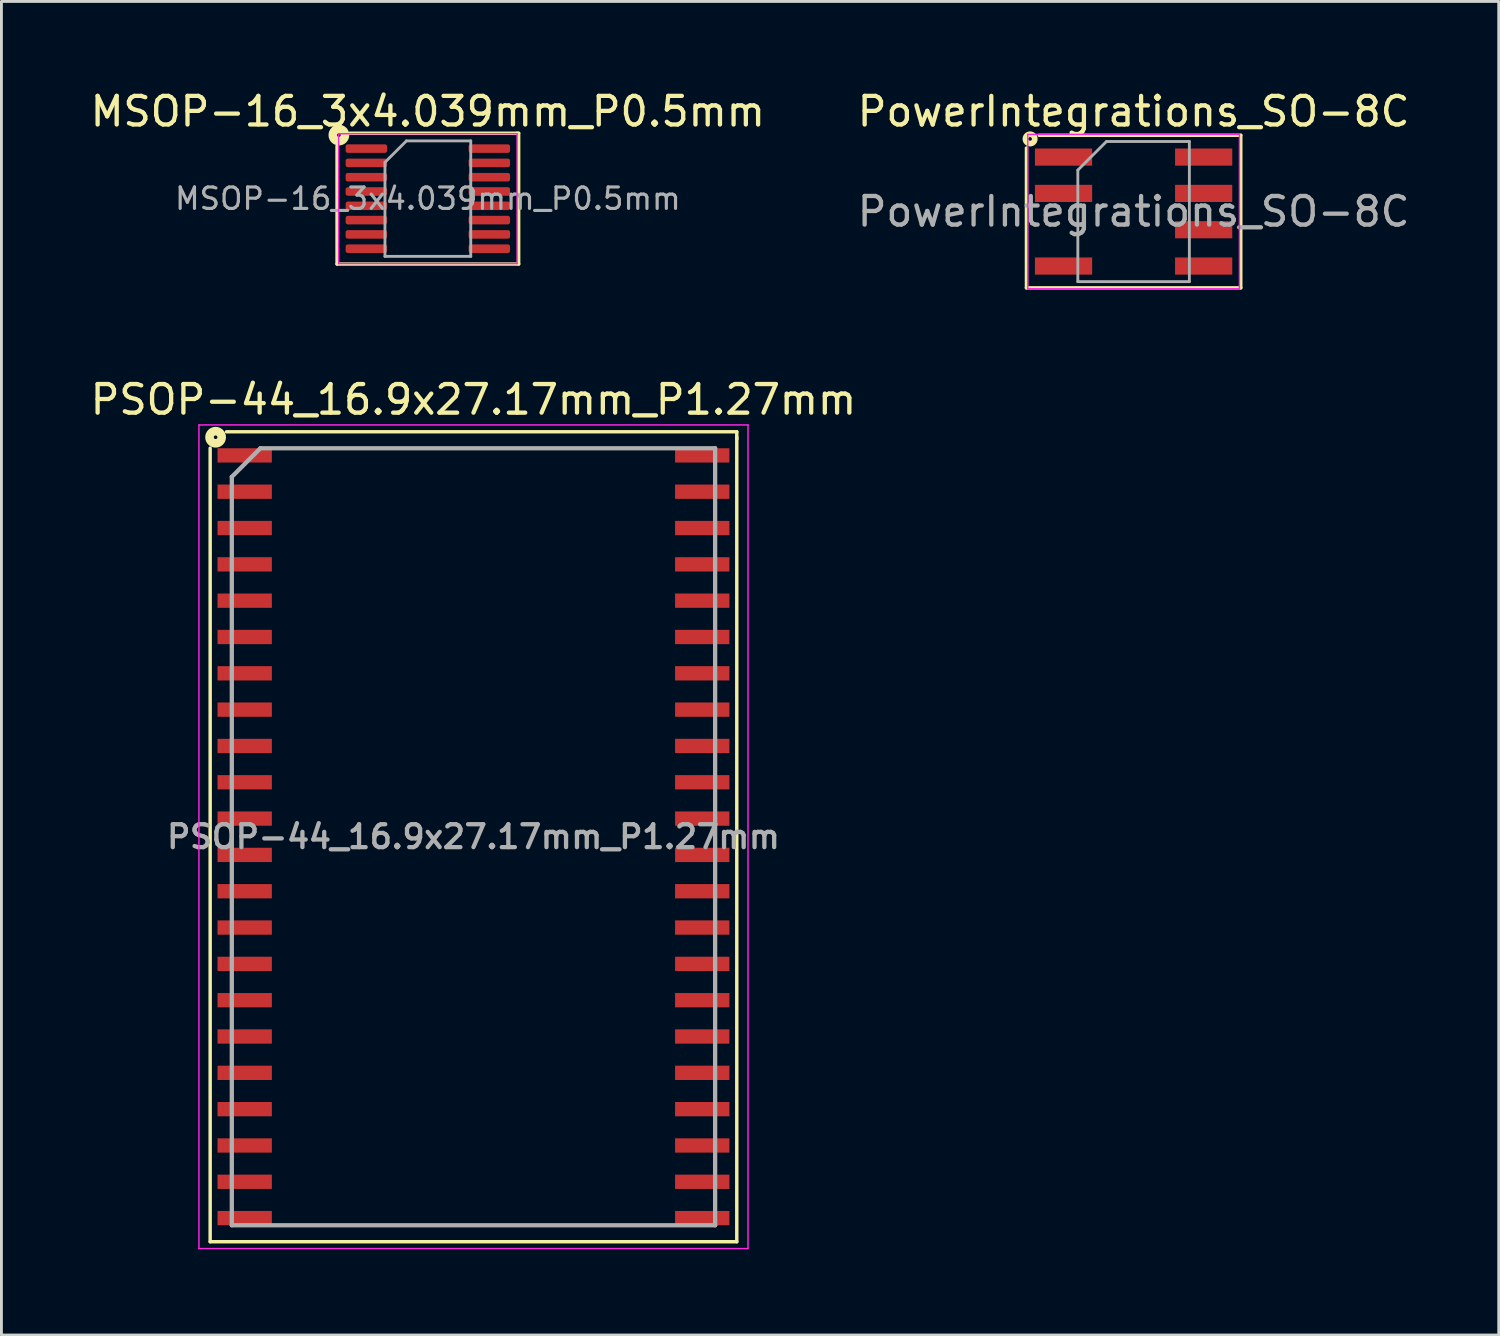
<source format=kicad_pcb>
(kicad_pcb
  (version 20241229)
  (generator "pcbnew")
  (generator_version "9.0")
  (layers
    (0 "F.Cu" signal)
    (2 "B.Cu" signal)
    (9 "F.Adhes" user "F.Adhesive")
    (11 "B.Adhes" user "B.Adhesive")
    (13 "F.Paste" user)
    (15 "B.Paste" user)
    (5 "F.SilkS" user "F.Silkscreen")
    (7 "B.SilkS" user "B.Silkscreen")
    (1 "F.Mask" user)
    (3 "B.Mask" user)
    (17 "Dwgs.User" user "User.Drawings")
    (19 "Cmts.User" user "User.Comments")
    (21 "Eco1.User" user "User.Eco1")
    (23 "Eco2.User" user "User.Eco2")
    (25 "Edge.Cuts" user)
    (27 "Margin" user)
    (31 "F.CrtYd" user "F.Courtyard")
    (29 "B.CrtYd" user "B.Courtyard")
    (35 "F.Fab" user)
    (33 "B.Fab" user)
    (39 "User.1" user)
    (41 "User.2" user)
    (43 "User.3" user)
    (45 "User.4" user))
  (footprint "PSOP-44_16.9x27.17mm_P1.27mm"
    (layer "F.Cu")
    (at 13.506 26.209)
    (property "Reference" "PSOP-44_16.9x27.17mm_P1.27mm" (at 0 -15.285 0) (layer "F.SilkS") (effects (font (size 1 1) (thickness 0.15))))
    (attr smd)
    (fp_line (start -9.207 -13.589) (end -9.207 14.161) (stroke (width 0.12) (type solid)) (layer "F.SilkS"))
    (fp_line (start -9.207 14.161) (end 9.207 14.161) (stroke (width 0.12) (type solid)) (layer "F.SilkS"))
    (fp_line (start 9.207 -14.161) (end -8.636 -14.161) (stroke (width 0.12) (type solid)) (layer "F.SilkS"))
    (fp_line (start 9.207 -13.906) (end 9.207 -13.97) (stroke (width 0.12) (type solid)) (layer "F.SilkS"))
    (fp_line (start 9.207 14.161) (end 9.207 -14.161) (stroke (width 0.12) (type solid)) (layer "F.SilkS"))
    (fp_circle (center -9.017 -13.97) (end -8.954 -13.97) (stroke (width 0.3) (type solid)) (fill no) (layer "F.SilkS"))
    (fp_line (start -9.6 -14.4) (end -9.6 14.4) (stroke (width 0.05) (type solid)) (layer "F.CrtYd"))
    (fp_line (start -9.6 -14.4) (end 9.6 -14.4) (stroke (width 0.05) (type solid)) (layer "F.CrtYd"))
    (fp_line (start -9.6 14.4) (end 9.6 14.4) (stroke (width 0.05) (type solid)) (layer "F.CrtYd"))
    (fp_line (start 9.6 -14.4) (end 9.6 14.4) (stroke (width 0.05) (type solid)) (layer "F.CrtYd"))
    (fp_line (start -8.45 -12.585) (end -7.45 -13.585) (stroke (width 0.15) (type solid)) (layer "F.Fab"))
    (fp_line (start -8.45 13.585) (end -8.45 -12.585) (stroke (width 0.15) (type solid)) (layer "F.Fab"))
    (fp_line (start -7.45 -13.585) (end 8.45 -13.585) (stroke (width 0.15) (type solid)) (layer "F.Fab"))
    (fp_line (start 8.45 -13.585) (end 8.45 13.585) (stroke (width 0.15) (type solid)) (layer "F.Fab"))
    (fp_line (start 8.45 13.585) (end -8.45 13.585) (stroke (width 0.15) (type solid)) (layer "F.Fab"))
    (fp_text user "${REFERENCE}" (at 0 0 0) (layer "F.Fab") (effects (font (size 0.8 0.8) (thickness 0.15))))
    (pad "1" smd rect (at -8 -13.335 270) (size 0.5 1.9) (layers "F.Cu" "F.Mask" "F.Paste"))
    (pad "2" smd rect (at -8 -12.065 270) (size 0.5 1.9) (layers "F.Cu" "F.Mask" "F.Paste"))
    (pad "3" smd rect (at -8 -10.795 270) (size 0.5 1.9) (layers "F.Cu" "F.Mask" "F.Paste"))
    (pad "4" smd rect (at -8 -9.525 270) (size 0.5 1.9) (layers "F.Cu" "F.Mask" "F.Paste"))
    (pad "5" smd rect (at -8 -8.255 270) (size 0.5 1.9) (layers "F.Cu" "F.Mask" "F.Paste"))
    (pad "6" smd rect (at -8 -6.985 270) (size 0.5 1.9) (layers "F.Cu" "F.Mask" "F.Paste"))
    (pad "7" smd rect (at -8 -5.715 270) (size 0.5 1.9) (layers "F.Cu" "F.Mask" "F.Paste"))
    (pad "8" smd rect (at -8 -4.445 270) (size 0.5 1.9) (layers "F.Cu" "F.Mask" "F.Paste"))
    (pad "9" smd rect (at -8 -3.175 270) (size 0.5 1.9) (layers "F.Cu" "F.Mask" "F.Paste"))
    (pad "10" smd rect (at -8 -1.905 270) (size 0.5 1.9) (layers "F.Cu" "F.Mask" "F.Paste"))
    (pad "11" smd rect (at -8 -0.635 270) (size 0.5 1.9) (layers "F.Cu" "F.Mask" "F.Paste"))
    (pad "12" smd rect (at -8 0.635 270) (size 0.5 1.9) (layers "F.Cu" "F.Mask" "F.Paste"))
    (pad "13" smd rect (at -8 1.905 270) (size 0.5 1.9) (layers "F.Cu" "F.Mask" "F.Paste"))
    (pad "14" smd rect (at -8 3.175 270) (size 0.5 1.9) (layers "F.Cu" "F.Mask" "F.Paste"))
    (pad "15" smd rect (at -8 4.445 270) (size 0.5 1.9) (layers "F.Cu" "F.Mask" "F.Paste"))
    (pad "16" smd rect (at -8 5.715 270) (size 0.5 1.9) (layers "F.Cu" "F.Mask" "F.Paste"))
    (pad "17" smd rect (at -8 6.985 270) (size 0.5 1.9) (layers "F.Cu" "F.Mask" "F.Paste"))
    (pad "18" smd rect (at -8 8.255 270) (size 0.5 1.9) (layers "F.Cu" "F.Mask" "F.Paste"))
    (pad "19" smd rect (at -8 9.525 270) (size 0.5 1.9) (layers "F.Cu" "F.Mask" "F.Paste"))
    (pad "20" smd rect (at -8 10.795 270) (size 0.5 1.9) (layers "F.Cu" "F.Mask" "F.Paste"))
    (pad "21" smd rect (at -8 12.065 270) (size 0.5 1.9) (layers "F.Cu" "F.Mask" "F.Paste"))
    (pad "22" smd rect (at -8 13.335 270) (size 0.5 1.9) (layers "F.Cu" "F.Mask" "F.Paste"))
    (pad "23" smd rect (at 8 13.335 270) (size 0.5 1.9) (layers "F.Cu" "F.Mask" "F.Paste"))
    (pad "24" smd rect (at 8 12.065 270) (size 0.5 1.9) (layers "F.Cu" "F.Mask" "F.Paste"))
    (pad "25" smd rect (at 8 10.795 270) (size 0.5 1.9) (layers "F.Cu" "F.Mask" "F.Paste"))
    (pad "26" smd rect (at 8 9.525 270) (size 0.5 1.9) (layers "F.Cu" "F.Mask" "F.Paste"))
    (pad "27" smd rect (at 8 8.255 270) (size 0.5 1.9) (layers "F.Cu" "F.Mask" "F.Paste"))
    (pad "28" smd rect (at 8 6.985 270) (size 0.5 1.9) (layers "F.Cu" "F.Mask" "F.Paste"))
    (pad "29" smd rect (at 8 5.715 270) (size 0.5 1.9) (layers "F.Cu" "F.Mask" "F.Paste"))
    (pad "30" smd rect (at 8 4.445 270) (size 0.5 1.9) (layers "F.Cu" "F.Mask" "F.Paste"))
    (pad "31" smd rect (at 8 3.175 270) (size 0.5 1.9) (layers "F.Cu" "F.Mask" "F.Paste"))
    (pad "32" smd rect (at 8 1.905 270) (size 0.5 1.9) (layers "F.Cu" "F.Mask" "F.Paste"))
    (pad "33" smd rect (at 8 0.635 270) (size 0.5 1.9) (layers "F.Cu" "F.Mask" "F.Paste"))
    (pad "34" smd rect (at 8 -0.635 270) (size 0.5 1.9) (layers "F.Cu" "F.Mask" "F.Paste"))
    (pad "35" smd rect (at 8 -1.905 270) (size 0.5 1.9) (layers "F.Cu" "F.Mask" "F.Paste"))
    (pad "36" smd rect (at 8 -3.175 270) (size 0.5 1.9) (layers "F.Cu" "F.Mask" "F.Paste"))
    (pad "37" smd rect (at 8 -4.445 270) (size 0.5 1.9) (layers "F.Cu" "F.Mask" "F.Paste"))
    (pad "38" smd rect (at 8 -5.715 270) (size 0.5 1.9) (layers "F.Cu" "F.Mask" "F.Paste"))
    (pad "39" smd rect (at 8 -6.985 270) (size 0.5 1.9) (layers "F.Cu" "F.Mask" "F.Paste"))
    (pad "40" smd rect (at 8 -8.255 270) (size 0.5 1.9) (layers "F.Cu" "F.Mask" "F.Paste"))
    (pad "41" smd rect (at 8 -9.525 270) (size 0.5 1.9) (layers "F.Cu" "F.Mask" "F.Paste"))
    (pad "42" smd rect (at 8 -10.795 270) (size 0.5 1.9) (layers "F.Cu" "F.Mask" "F.Paste"))
    (pad "43" smd rect (at 8 -12.065 270) (size 0.5 1.9) (layers "F.Cu" "F.Mask" "F.Paste"))
    (pad "44" smd rect (at 8 -13.335 270) (size 0.5 1.9) (layers "F.Cu" "F.Mask" "F.Paste")))
  (footprint "PowerIntegrations_SO-8C"
    (layer "F.Cu")
    (at 36.589 4.348)
    (property "Reference" "PowerIntegrations_SO-8C" (at 0 -3.5 0) (layer "F.SilkS") (effects (font (size 1 1) (thickness 0.15))))
    (attr smd)
    (fp_line (start -3.747 2.667) (end -3.747 -2.223) (stroke (width 0.12) (type solid)) (layer "F.SilkS"))
    (fp_line (start -3.302 -2.667) (end 3.747 -2.667) (stroke (width 0.12) (type solid)) (layer "F.SilkS"))
    (fp_line (start 3.747 -2.667) (end 3.747 2.667) (stroke (width 0.12) (type solid)) (layer "F.SilkS"))
    (fp_line (start 3.747 2.667) (end -3.747 2.667) (stroke (width 0.12) (type solid)) (layer "F.SilkS"))
    (fp_circle (center -3.619 -2.54) (end -3.556 -2.54) (stroke (width 0.2) (type solid)) (fill no) (layer "F.SilkS"))
    (fp_line (start -3.7 -2.7) (end -3.7 2.7) (stroke (width 0.05) (type solid)) (layer "F.CrtYd"))
    (fp_line (start -3.7 -2.7) (end 3.7 -2.7) (stroke (width 0.05) (type solid)) (layer "F.CrtYd"))
    (fp_line (start 3.7 2.7) (end -3.7 2.7) (stroke (width 0.05) (type solid)) (layer "F.CrtYd"))
    (fp_line (start 3.7 2.7) (end 3.7 -2.7) (stroke (width 0.05) (type solid)) (layer "F.CrtYd"))
    (fp_line (start -1.95 -1.45) (end -0.95 -2.45) (stroke (width 0.1) (type solid)) (layer "F.Fab"))
    (fp_line (start -1.95 2.45) (end -1.95 -1.45) (stroke (width 0.1) (type solid)) (layer "F.Fab"))
    (fp_line (start -0.95 -2.45) (end 1.95 -2.45) (stroke (width 0.1) (type solid)) (layer "F.Fab"))
    (fp_line (start 1.95 -2.45) (end 1.95 2.45) (stroke (width 0.1) (type solid)) (layer "F.Fab"))
    (fp_line (start 1.95 2.45) (end -1.95 2.45) (stroke (width 0.1) (type solid)) (layer "F.Fab"))
    (fp_text user "${REFERENCE}" (at 0 0 0) (layer "F.Fab") (effects (font (size 1 1) (thickness 0.15))))
    (pad "1" smd rect (at -2.45 -1.905) (size 2 0.6) (layers "F.Cu" "F.Mask" "F.Paste"))
    (pad "2" smd rect (at -2.45 -0.635) (size 2 0.6) (layers "F.Cu" "F.Mask" "F.Paste"))
    (pad "4" smd rect (at -2.45 1.905) (size 2 0.6) (layers "F.Cu" "F.Mask" "F.Paste"))
    (pad "5" smd rect (at 2.45 1.905) (size 2 0.6) (layers "F.Cu" "F.Mask" "F.Paste"))
    (pad "6" smd rect (at 2.45 0.635) (size 2 0.6) (layers "F.Cu" "F.Mask" "F.Paste"))
    (pad "7" smd rect (at 2.45 -0.635) (size 2 0.6) (layers "F.Cu" "F.Mask" "F.Paste"))
    (pad "8" smd rect (at 2.45 -1.905) (size 2 0.6) (layers "F.Cu" "F.Mask" "F.Paste")))
  (footprint "MSOP-16_3x4.039mm_P0.5mm"
    (layer "F.Cu")
    (at 11.911 3.896)
    (property "Reference" "MSOP-16_3x4.039mm_P0.5mm" (at 0 -3.048 0) (layer "F.SilkS") (effects (font (size 1 1) (thickness 0.15))))
    (attr smd)
    (fp_line (start -3.175 2.286) (end -3.175 -1.841) (stroke (width 0.12) (type solid)) (layer "F.SilkS"))
    (fp_line (start -2.731 -2.286) (end 3.111 -2.286) (stroke (width 0.12) (type solid)) (layer "F.SilkS"))
    (fp_line (start 3.111 -2.286) (end 3.175 -2.286) (stroke (width 0.12) (type solid)) (layer "F.SilkS"))
    (fp_line (start 3.175 -2.286) (end 3.175 2.286) (stroke (width 0.12) (type solid)) (layer "F.SilkS"))
    (fp_line (start 3.175 2.286) (end -3.175 2.286) (stroke (width 0.12) (type solid)) (layer "F.SilkS"))
    (fp_circle (center -3.111 -2.223) (end -3.048 -2.223) (stroke (width 0.3) (type solid)) (fill no) (layer "F.SilkS"))
    (fp_line (start -3.12 -2.27) (end -3.12 2.27) (stroke (width 0.05) (type solid)) (layer "F.CrtYd"))
    (fp_line (start -3.12 2.27) (end 3.12 2.27) (stroke (width 0.05) (type solid)) (layer "F.CrtYd"))
    (fp_line (start 3.12 -2.27) (end -3.12 -2.27) (stroke (width 0.05) (type solid)) (layer "F.CrtYd"))
    (fp_line (start 3.12 2.27) (end 3.12 -2.27) (stroke (width 0.05) (type solid)) (layer "F.CrtYd"))
    (fp_line (start -1.5 -1.27) (end -0.75 -2.019) (stroke (width 0.1) (type solid)) (layer "F.Fab"))
    (fp_line (start -1.5 2.019) (end -1.5 -1.27) (stroke (width 0.1) (type solid)) (layer "F.Fab"))
    (fp_line (start -0.75 -2.019) (end 1.5 -2.019) (stroke (width 0.1) (type solid)) (layer "F.Fab"))
    (fp_line (start 1.5 -2.019) (end 1.5 2.019) (stroke (width 0.1) (type solid)) (layer "F.Fab"))
    (fp_line (start 1.5 2.019) (end -1.5 2.019) (stroke (width 0.1) (type solid)) (layer "F.Fab"))
    (fp_text user "${REFERENCE}" (at 0 0 0) (layer "F.Fab") (effects (font (size 0.75 0.75) (thickness 0.11))))
    (pad "1" smd roundrect (at -2.15 -1.75) (size 1.45 0.3) (layers "F.Cu" "F.Mask" "F.Paste") (roundrect_rratio 0.25))
    (pad "2" smd roundrect (at -2.15 -1.25) (size 1.45 0.3) (layers "F.Cu" "F.Mask" "F.Paste") (roundrect_rratio 0.25))
    (pad "3" smd roundrect (at -2.15 -0.75) (size 1.45 0.3) (layers "F.Cu" "F.Mask" "F.Paste") (roundrect_rratio 0.25))
    (pad "4" smd roundrect (at -2.15 -0.25) (size 1.45 0.3) (layers "F.Cu" "F.Mask" "F.Paste") (roundrect_rratio 0.25))
    (pad "5" smd roundrect (at -2.15 0.25) (size 1.45 0.3) (layers "F.Cu" "F.Mask" "F.Paste") (roundrect_rratio 0.25))
    (pad "6" smd roundrect (at -2.15 0.75) (size 1.45 0.3) (layers "F.Cu" "F.Mask" "F.Paste") (roundrect_rratio 0.25))
    (pad "7" smd roundrect (at -2.15 1.25) (size 1.45 0.3) (layers "F.Cu" "F.Mask" "F.Paste") (roundrect_rratio 0.25))
    (pad "8" smd roundrect (at -2.15 1.75) (size 1.45 0.3) (layers "F.Cu" "F.Mask" "F.Paste") (roundrect_rratio 0.25))
    (pad "9" smd roundrect (at 2.15 1.75) (size 1.45 0.3) (layers "F.Cu" "F.Mask" "F.Paste") (roundrect_rratio 0.25))
    (pad "10" smd roundrect (at 2.15 1.25) (size 1.45 0.3) (layers "F.Cu" "F.Mask" "F.Paste") (roundrect_rratio 0.25))
    (pad "11" smd roundrect (at 2.15 0.75) (size 1.45 0.3) (layers "F.Cu" "F.Mask" "F.Paste") (roundrect_rratio 0.25))
    (pad "12" smd roundrect (at 2.15 0.25) (size 1.45 0.3) (layers "F.Cu" "F.Mask" "F.Paste") (roundrect_rratio 0.25))
    (pad "13" smd roundrect (at 2.15 -0.25) (size 1.45 0.3) (layers "F.Cu" "F.Mask" "F.Paste") (roundrect_rratio 0.25))
    (pad "14" smd roundrect (at 2.15 -0.75) (size 1.45 0.3) (layers "F.Cu" "F.Mask" "F.Paste") (roundrect_rratio 0.25))
    (pad "15" smd roundrect (at 2.15 -1.25) (size 1.45 0.3) (layers "F.Cu" "F.Mask" "F.Paste") (roundrect_rratio 0.25))
    (pad "16" smd roundrect (at 2.15 -1.75) (size 1.45 0.3) (layers "F.Cu" "F.Mask" "F.Paste") (roundrect_rratio 0.25)))
  (gr_rect
    (start -3 -3)
    (end 49.357 43.633)
    (stroke (width 0.1) (type default))
    (fill no)
    (layer "Edge.Cuts")))
</source>
